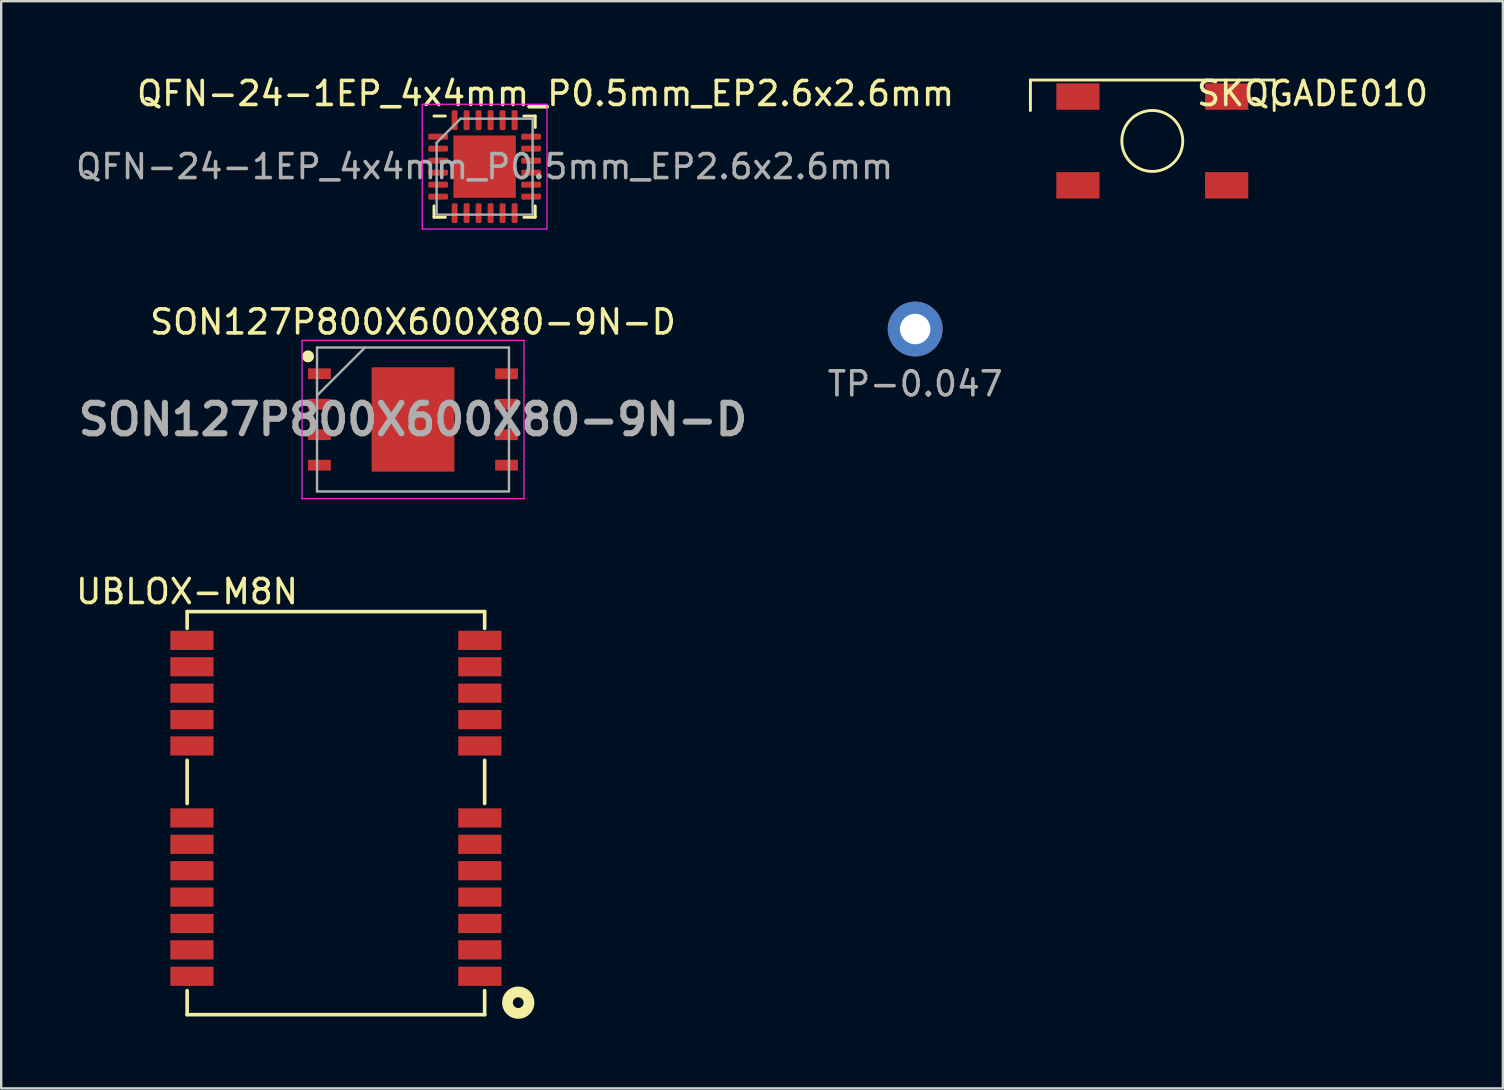
<source format=kicad_pcb>
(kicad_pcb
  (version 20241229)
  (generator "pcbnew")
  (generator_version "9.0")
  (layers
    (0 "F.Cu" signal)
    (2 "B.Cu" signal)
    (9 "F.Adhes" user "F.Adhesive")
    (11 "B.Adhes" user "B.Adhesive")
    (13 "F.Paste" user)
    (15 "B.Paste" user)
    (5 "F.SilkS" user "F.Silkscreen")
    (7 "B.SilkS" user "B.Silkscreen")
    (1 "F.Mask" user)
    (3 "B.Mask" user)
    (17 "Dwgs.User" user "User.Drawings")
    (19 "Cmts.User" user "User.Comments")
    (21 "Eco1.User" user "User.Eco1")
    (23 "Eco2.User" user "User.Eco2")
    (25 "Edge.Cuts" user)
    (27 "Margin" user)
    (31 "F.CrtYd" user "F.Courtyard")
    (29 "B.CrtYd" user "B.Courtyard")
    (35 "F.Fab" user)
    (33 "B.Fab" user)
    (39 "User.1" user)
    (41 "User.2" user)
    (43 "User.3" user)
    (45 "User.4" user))
  (footprint "UBLOX-M8N"
    (layer "F.Cu")
    (at 10.95 37.641)
    (property "Reference" "UBLOX-M8N" (at -6.206 -16.034 0) (layer "F.SilkS") (effects (font (size 1 1) (thickness 0.15))))
    (attr through_hole)
    (fp_line (start -6.2 -15.2) (end 6.2 -15.2) (stroke (width 0.15) (type solid)) (layer "F.SilkS"))
    (fp_line (start -6.2 -14.5) (end -6.2 -15.2) (stroke (width 0.15) (type solid)) (layer "F.SilkS"))
    (fp_line (start -6.2 -7.2) (end -6.2 -9) (stroke (width 0.15) (type solid)) (layer "F.SilkS"))
    (fp_line (start -6.2 1.6) (end -6.2 0.6) (stroke (width 0.15) (type solid)) (layer "F.SilkS"))
    (fp_line (start 6.2 -15.2) (end 6.2 -14.5) (stroke (width 0.15) (type solid)) (layer "F.SilkS"))
    (fp_line (start 6.2 -7.2) (end 6.2 -9) (stroke (width 0.15) (type solid)) (layer "F.SilkS"))
    (fp_line (start 6.2 0.6) (end 6.2 1.6) (stroke (width 0.15) (type solid)) (layer "F.SilkS"))
    (fp_line (start 6.2 1.6) (end -6.2 1.6) (stroke (width 0.15) (type solid)) (layer "F.SilkS"))
    (fp_circle (center 7.6 1.1) (end 7.7 1.3) (stroke (width 0.45) (type solid)) (fill no) (layer "F.SilkS"))
    (pad "1" smd rect (at 6 0) (size 1.8 0.8) (layers "F.Cu" "F.Mask" "F.Paste"))
    (pad "2" smd rect (at 6 -1.1) (size 1.8 0.8) (layers "F.Cu" "F.Mask" "F.Paste"))
    (pad "3" smd rect (at 6 -2.2) (size 1.8 0.8) (layers "F.Cu" "F.Mask" "F.Paste"))
    (pad "4" smd rect (at 6 -3.3) (size 1.8 0.8) (layers "F.Cu" "F.Mask" "F.Paste"))
    (pad "5" smd rect (at 6 -4.4) (size 1.8 0.8) (layers "F.Cu" "F.Mask" "F.Paste"))
    (pad "6" smd rect (at 6 -5.5) (size 1.8 0.8) (layers "F.Cu" "F.Mask" "F.Paste"))
    (pad "7" smd rect (at 6 -6.6) (size 1.8 0.8) (layers "F.Cu" "F.Mask" "F.Paste"))
    (pad "8" smd rect (at 6 -9.6) (size 1.8 0.8) (layers "F.Cu" "F.Mask" "F.Paste"))
    (pad "9" smd rect (at 6 -10.7) (size 1.8 0.8) (layers "F.Cu" "F.Mask" "F.Paste"))
    (pad "10" smd rect (at 6 -11.8) (size 1.8 0.8) (layers "F.Cu" "F.Mask" "F.Paste"))
    (pad "11" smd rect (at 6 -12.9) (size 1.8 0.8) (layers "F.Cu" "F.Mask" "F.Paste"))
    (pad "12" smd rect (at 6 -14) (size 1.8 0.8) (layers "F.Cu" "F.Mask" "F.Paste"))
    (pad "13" smd rect (at -6 -14) (size 1.8 0.8) (layers "F.Cu" "F.Mask" "F.Paste"))
    (pad "14" smd rect (at -6 -12.9) (size 1.8 0.8) (layers "F.Cu" "F.Mask" "F.Paste"))
    (pad "15" smd rect (at -6 -11.8) (size 1.8 0.8) (layers "F.Cu" "F.Mask" "F.Paste"))
    (pad "16" smd rect (at -6 -10.7) (size 1.8 0.8) (layers "F.Cu" "F.Mask" "F.Paste"))
    (pad "17" smd rect (at -6 -9.6) (size 1.8 0.8) (layers "F.Cu" "F.Mask" "F.Paste"))
    (pad "18" smd rect (at -6 -6.6) (size 1.8 0.8) (layers "F.Cu" "F.Mask" "F.Paste"))
    (pad "19" smd rect (at -6 -5.5) (size 1.8 0.8) (layers "F.Cu" "F.Mask" "F.Paste"))
    (pad "20" smd rect (at -6 -4.4) (size 1.8 0.8) (layers "F.Cu" "F.Mask" "F.Paste"))
    (pad "21" smd rect (at -6 -3.3) (size 1.8 0.8) (layers "F.Cu" "F.Mask" "F.Paste"))
    (pad "22" smd rect (at -6 -2.2) (size 1.8 0.8) (layers "F.Cu" "F.Mask" "F.Paste"))
    (pad "23" smd rect (at -6 -1.1) (size 1.8 0.8) (layers "F.Cu" "F.Mask" "F.Paste"))
    (pad "24" smd rect (at -6 0) (size 1.8 0.8) (layers "F.Cu" "F.Mask" "F.Paste")))
  (footprint "SKQGADE010"
    (layer "F.Cu")
    (at 44.978 2.825)
    (property "Reference" "SKQGADE010" (at 6.679 -1.977 0) (layer "F.SilkS") (effects (font (size 1 1) (thickness 0.15))))
    (attr through_hole)
    (fp_line (start -5.08 -2.54) (end 5.08 -2.54) (stroke (width 0.12) (type solid)) (layer "F.SilkS"))
    (fp_line (start -5.08 -1.27) (end -5.08 -2.54) (stroke (width 0.12) (type solid)) (layer "F.SilkS"))
    (fp_line (start 5.08 -2.54) (end 5.08 -1.27) (stroke (width 0.12) (type solid)) (layer "F.SilkS"))
    (fp_circle (center 0 0) (end 1.27 0) (stroke (width 0.12) (type solid)) (fill no) (layer "F.SilkS"))
    (pad "1" smd rect (at -3.1 -1.85) (size 1.8 1.1) (layers "F.Cu" "F.Mask" "F.Paste"))
    (pad "1" smd rect (at 3.1 -1.85) (size 1.8 1.1) (layers "F.Cu" "F.Mask" "F.Paste"))
    (pad "2" smd rect (at -3.1 1.85) (size 1.8 1.1) (layers "F.Cu" "F.Mask" "F.Paste"))
    (pad "2" smd rect (at 3.1 1.85) (size 1.8 1.1) (layers "F.Cu" "F.Mask" "F.Paste")))
  (footprint "QFN-24-1EP_4x4mm_P0.5mm_EP2.6x2.6mm"
    (layer "F.Cu")
    (at 17.149 3.896)
    (property "Reference" "QFN-24-1EP_4x4mm_P0.5mm_EP2.6x2.6mm" (at 2.54 -3.048 180) (layer "F.SilkS") (effects (font (size 1 1) (thickness 0.15))))
    (attr smd)
    (fp_line (start -2.11 2.11) (end -2.11 1.635) (stroke (width 0.12) (type solid)) (layer "F.SilkS"))
    (fp_line (start -1.635 -2.11) (end -2.11 -2.11) (stroke (width 0.12) (type solid)) (layer "F.SilkS"))
    (fp_line (start -1.635 2.11) (end -2.11 2.11) (stroke (width 0.12) (type solid)) (layer "F.SilkS"))
    (fp_line (start 1.635 -2.11) (end 2.11 -2.11) (stroke (width 0.12) (type solid)) (layer "F.SilkS"))
    (fp_line (start 1.635 2.11) (end 2.11 2.11) (stroke (width 0.12) (type solid)) (layer "F.SilkS"))
    (fp_line (start 2.11 -2.11) (end 2.11 -1.635) (stroke (width 0.12) (type solid)) (layer "F.SilkS"))
    (fp_line (start 2.11 2.11) (end 2.11 1.635) (stroke (width 0.12) (type solid)) (layer "F.SilkS"))
    (fp_line (start -2.6 -2.6) (end -2.6 2.6) (stroke (width 0.05) (type solid)) (layer "F.CrtYd"))
    (fp_line (start -2.6 2.6) (end 2.6 2.6) (stroke (width 0.05) (type solid)) (layer "F.CrtYd"))
    (fp_line (start 2.6 -2.6) (end -2.6 -2.6) (stroke (width 0.05) (type solid)) (layer "F.CrtYd"))
    (fp_line (start 2.6 2.6) (end 2.6 -2.6) (stroke (width 0.05) (type solid)) (layer "F.CrtYd"))
    (fp_line (start -2 -1) (end -1 -2) (stroke (width 0.1) (type solid)) (layer "F.Fab"))
    (fp_line (start -2 2) (end -2 -1) (stroke (width 0.1) (type solid)) (layer "F.Fab"))
    (fp_line (start -1 -2) (end 2 -2) (stroke (width 0.1) (type solid)) (layer "F.Fab"))
    (fp_line (start 2 -2) (end 2 2) (stroke (width 0.1) (type solid)) (layer "F.Fab"))
    (fp_line (start 2 2) (end -2 2) (stroke (width 0.1) (type solid)) (layer "F.Fab"))
    (fp_text user "${REFERENCE}" (at 0 0 180) (layer "F.Fab") (effects (font (size 1 1) (thickness 0.15))))
    (pad "" smd roundrect (at -0.65 -0.65) (size 1.05 1.05) (layers "F.Paste") (roundrect_rratio 0.238))
    (pad "" smd roundrect (at -0.65 0.65) (size 1.05 1.05) (layers "F.Paste") (roundrect_rratio 0.238))
    (pad "" smd roundrect (at 0.65 -0.65) (size 1.05 1.05) (layers "F.Paste") (roundrect_rratio 0.238))
    (pad "" smd roundrect (at 0.65 0.65) (size 1.05 1.05) (layers "F.Paste") (roundrect_rratio 0.238))
    (pad "1" smd roundrect (at -1.938 -1.25) (size 0.825 0.25) (layers "F.Cu" "F.Mask" "F.Paste") (roundrect_rratio 0.25))
    (pad "2" smd roundrect (at -1.938 -0.75) (size 0.825 0.25) (layers "F.Cu" "F.Mask" "F.Paste") (roundrect_rratio 0.25))
    (pad "3" smd roundrect (at -1.938 -0.25) (size 0.825 0.25) (layers "F.Cu" "F.Mask" "F.Paste") (roundrect_rratio 0.25))
    (pad "4" smd roundrect (at -1.938 0.25) (size 0.825 0.25) (layers "F.Cu" "F.Mask" "F.Paste") (roundrect_rratio 0.25))
    (pad "5" smd roundrect (at -1.938 0.75) (size 0.825 0.25) (layers "F.Cu" "F.Mask" "F.Paste") (roundrect_rratio 0.25))
    (pad "6" smd roundrect (at -1.938 1.25) (size 0.825 0.25) (layers "F.Cu" "F.Mask" "F.Paste") (roundrect_rratio 0.25))
    (pad "7" smd roundrect (at -1.25 1.938) (size 0.25 0.825) (layers "F.Cu" "F.Mask" "F.Paste") (roundrect_rratio 0.25))
    (pad "8" smd roundrect (at -0.75 1.938) (size 0.25 0.825) (layers "F.Cu" "F.Mask" "F.Paste") (roundrect_rratio 0.25))
    (pad "9" smd roundrect (at -0.25 1.938) (size 0.25 0.825) (layers "F.Cu" "F.Mask" "F.Paste") (roundrect_rratio 0.25))
    (pad "10" smd roundrect (at 0.25 1.938) (size 0.25 0.825) (layers "F.Cu" "F.Mask" "F.Paste") (roundrect_rratio 0.25))
    (pad "11" smd roundrect (at 0.75 1.938) (size 0.25 0.825) (layers "F.Cu" "F.Mask" "F.Paste") (roundrect_rratio 0.25))
    (pad "12" smd roundrect (at 1.25 1.938) (size 0.25 0.825) (layers "F.Cu" "F.Mask" "F.Paste") (roundrect_rratio 0.25))
    (pad "13" smd roundrect (at 1.938 1.25) (size 0.825 0.25) (layers "F.Cu" "F.Mask" "F.Paste") (roundrect_rratio 0.25))
    (pad "14" smd roundrect (at 1.938 0.75) (size 0.825 0.25) (layers "F.Cu" "F.Mask" "F.Paste") (roundrect_rratio 0.25))
    (pad "15" smd roundrect (at 1.938 0.25) (size 0.825 0.25) (layers "F.Cu" "F.Mask" "F.Paste") (roundrect_rratio 0.25))
    (pad "16" smd roundrect (at 1.938 -0.25) (size 0.825 0.25) (layers "F.Cu" "F.Mask" "F.Paste") (roundrect_rratio 0.25))
    (pad "17" smd roundrect (at 1.938 -0.75) (size 0.825 0.25) (layers "F.Cu" "F.Mask" "F.Paste") (roundrect_rratio 0.25))
    (pad "18" smd roundrect (at 1.938 -1.25) (size 0.825 0.25) (layers "F.Cu" "F.Mask" "F.Paste") (roundrect_rratio 0.25))
    (pad "19" smd roundrect (at 1.25 -1.938) (size 0.25 0.825) (layers "F.Cu" "F.Mask" "F.Paste") (roundrect_rratio 0.25))
    (pad "20" smd roundrect (at 0.75 -1.938) (size 0.25 0.825) (layers "F.Cu" "F.Mask" "F.Paste") (roundrect_rratio 0.25))
    (pad "21" smd roundrect (at 0.25 -1.938) (size 0.25 0.825) (layers "F.Cu" "F.Mask" "F.Paste") (roundrect_rratio 0.25))
    (pad "22" smd roundrect (at -0.25 -1.938) (size 0.25 0.825) (layers "F.Cu" "F.Mask" "F.Paste") (roundrect_rratio 0.25))
    (pad "23" smd roundrect (at -0.75 -1.938) (size 0.25 0.825) (layers "F.Cu" "F.Mask" "F.Paste") (roundrect_rratio 0.25))
    (pad "24" smd roundrect (at -1.25 -1.938) (size 0.25 0.825) (layers "F.Cu" "F.Mask" "F.Paste") (roundrect_rratio 0.25))
    (pad "25" smd rect (at 0 0) (size 2.6 2.6) (layers "F.Cu" "F.Mask")))
  (footprint "TP-0.047"
    (layer "F.Cu")
    (at 35.095 10.664)
    (property "Reference" "TP-0.047" (at 0 2.286 0) (layer "F.Fab") (effects (font (size 1 1) (thickness 0.15))))
    (attr through_hole)
    (pad "1" thru_hole circle (at 0 0) (size 2.286 2.286) (drill 1.27) (layers "*.Cu" "*.Mask")))
  (footprint "SON127P800X600X80-9N-D"
    (layer "F.Cu")
    (at 14.164 14.434)
    (property "Reference" "SON127P800X600X80-9N-D" (at 0 -4.064 180) (layer "F.SilkS") (effects (font (size 1 1) (thickness 0.15))))
    (attr smd)
    (fp_circle (center -4.375 -2.63) (end -4.375 -2.505) (stroke (width 0.25) (type solid)) (fill no) (layer "F.SilkS"))
    (fp_line (start -4.625 -3.3) (end 4.625 -3.3) (stroke (width 0.05) (type solid)) (layer "F.CrtYd"))
    (fp_line (start -4.625 3.3) (end -4.625 -3.3) (stroke (width 0.05) (type solid)) (layer "F.CrtYd"))
    (fp_line (start 4.625 -3.3) (end 4.625 3.3) (stroke (width 0.05) (type solid)) (layer "F.CrtYd"))
    (fp_line (start 4.625 3.3) (end -4.625 3.3) (stroke (width 0.05) (type solid)) (layer "F.CrtYd"))
    (fp_line (start -4 -3) (end 4 -3) (stroke (width 0.1) (type solid)) (layer "F.Fab"))
    (fp_line (start -4 -1) (end -2 -3) (stroke (width 0.1) (type solid)) (layer "F.Fab"))
    (fp_line (start -4 3) (end -4 -3) (stroke (width 0.1) (type solid)) (layer "F.Fab"))
    (fp_line (start 4 -3) (end 4 3) (stroke (width 0.1) (type solid)) (layer "F.Fab"))
    (fp_line (start 4 3) (end -4 3) (stroke (width 0.1) (type solid)) (layer "F.Fab"))
    (fp_text user "${REFERENCE}" (at 0 0 180) (layer "F.Fab") (effects (font (size 1.27 1.27) (thickness 0.254))))
    (pad "1" smd rect (at -3.9 -1.905 90) (size 0.45 0.95) (layers "F.Cu" "F.Mask" "F.Paste"))
    (pad "2" smd rect (at -3.9 -0.635 90) (size 0.45 0.95) (layers "F.Cu" "F.Mask" "F.Paste"))
    (pad "3" smd rect (at -3.9 0.635 90) (size 0.45 0.95) (layers "F.Cu" "F.Mask" "F.Paste"))
    (pad "4" smd rect (at -3.9 1.905 90) (size 0.45 0.95) (layers "F.Cu" "F.Mask" "F.Paste"))
    (pad "5" smd rect (at 3.9 1.905 90) (size 0.45 0.95) (layers "F.Cu" "F.Mask" "F.Paste"))
    (pad "6" smd rect (at 3.9 0.635 90) (size 0.45 0.95) (layers "F.Cu" "F.Mask" "F.Paste"))
    (pad "7" smd rect (at 3.9 -0.635 90) (size 0.45 0.95) (layers "F.Cu" "F.Mask" "F.Paste"))
    (pad "8" smd rect (at 3.9 -1.905 90) (size 0.45 0.95) (layers "F.Cu" "F.Mask" "F.Paste"))
    (pad "9" smd rect (at 0 0) (size 3.45 4.35) (layers "F.Cu" "F.Mask" "F.Paste")))
  (gr_rect
    (start -3 -3)
    (end 59.591 42.316)
    (stroke (width 0.1) (type default))
    (fill no)
    (layer "Edge.Cuts")))
</source>
